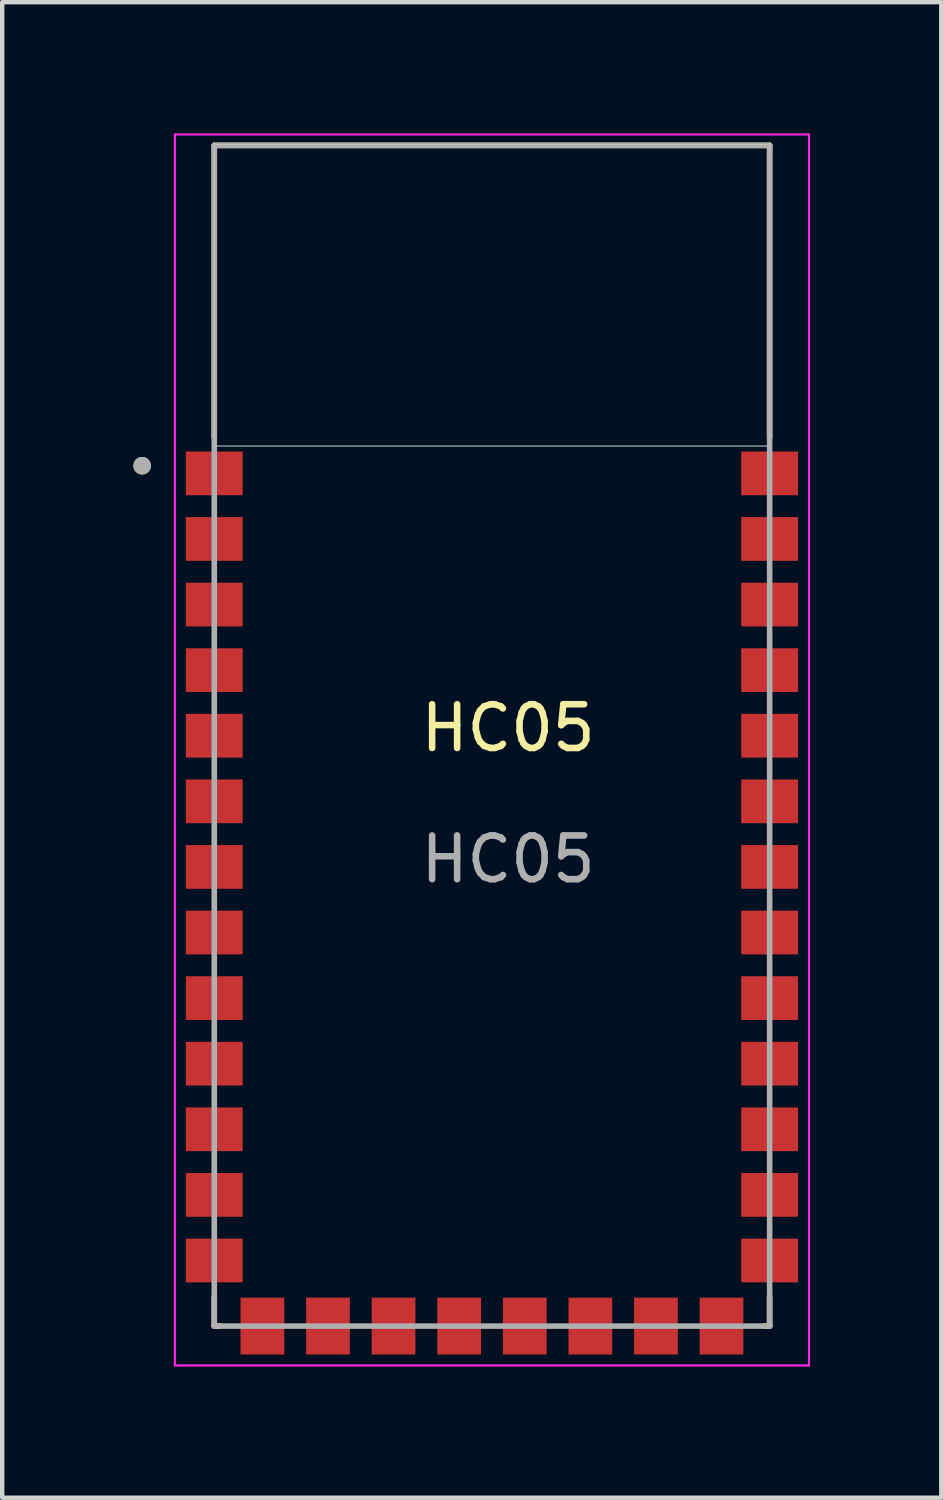
<source format=kicad_pcb>
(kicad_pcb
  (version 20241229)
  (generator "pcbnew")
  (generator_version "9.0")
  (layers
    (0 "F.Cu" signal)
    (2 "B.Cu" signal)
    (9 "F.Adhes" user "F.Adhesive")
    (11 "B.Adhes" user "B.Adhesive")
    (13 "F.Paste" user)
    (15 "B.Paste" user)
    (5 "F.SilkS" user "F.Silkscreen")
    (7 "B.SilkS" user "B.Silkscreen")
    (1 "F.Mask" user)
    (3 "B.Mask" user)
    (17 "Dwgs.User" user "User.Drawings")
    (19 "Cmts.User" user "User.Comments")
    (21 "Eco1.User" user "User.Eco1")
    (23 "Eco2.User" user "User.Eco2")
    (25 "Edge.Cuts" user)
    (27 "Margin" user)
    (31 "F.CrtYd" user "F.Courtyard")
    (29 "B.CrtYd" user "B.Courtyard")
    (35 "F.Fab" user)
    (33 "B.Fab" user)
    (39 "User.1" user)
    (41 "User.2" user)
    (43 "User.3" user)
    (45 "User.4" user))
  (footprint "HC05"
    (layer "F.Cu")
    (at 8.57 14.1)
    (property "Reference" "HC05" (at 0 -0.5 0) (unlocked yes) (layer "F.SilkS") (effects (font (size 1 1) (thickness 0.15))))
    (attr smd)
    (fp_line (start -6.72 -13.825) (end 5.98 -13.825) (stroke (width 0.127) (type solid)) (layer "F.SilkS"))
    (fp_line (start -6.72 -7.145) (end -6.72 -13.825) (stroke (width 0.127) (type solid)) (layer "F.SilkS"))
    (fp_line (start -6.72 12.495) (end -6.72 13.175) (stroke (width 0.127) (type solid)) (layer "F.SilkS"))
    (fp_line (start -6.72 13.175) (end -6.59 13.175) (stroke (width 0.127) (type solid)) (layer "F.SilkS"))
    (fp_line (start 5.85 13.175) (end 5.98 13.175) (stroke (width 0.127) (type solid)) (layer "F.SilkS"))
    (fp_line (start 5.98 -13.825) (end 5.98 -7.145) (stroke (width 0.127) (type solid)) (layer "F.SilkS"))
    (fp_line (start 5.98 13.175) (end 5.98 12.495) (stroke (width 0.127) (type solid)) (layer "F.SilkS"))
    (fp_circle (center -8.37 -6.5) (end -8.27 -6.5) (stroke (width 0.2) (type solid)) (fill no) (layer "F.SilkS"))
    (fp_poly (pts (xy -6.72 -13.85) (xy 5.98 -13.85) (xy 5.98 -6.95) (xy -6.72 -6.95)) (stroke (width 0.01) (type solid)) (fill no) (layer "Dwgs.User"))
    (fp_poly (pts (xy -6.72 -13.85) (xy 5.98 -13.85) (xy 5.98 -6.95) (xy -6.72 -6.95)) (stroke (width 0.01) (type solid)) (fill no) (layer "Dwgs.User"))
    (fp_poly (pts (xy -6.72 -13.85) (xy 5.98 -13.85) (xy 5.98 -6.95) (xy -6.72 -6.95)) (stroke (width 0.01) (type solid)) (fill no) (layer "Dwgs.User"))
    (fp_line (start -7.62 -14.075) (end 6.88 -14.075) (stroke (width 0.05) (type solid)) (layer "F.CrtYd"))
    (fp_line (start -7.62 14.075) (end -7.62 -14.075) (stroke (width 0.05) (type solid)) (layer "F.CrtYd"))
    (fp_line (start 6.88 -14.075) (end 6.88 14.075) (stroke (width 0.05) (type solid)) (layer "F.CrtYd"))
    (fp_line (start 6.88 14.075) (end -7.62 14.075) (stroke (width 0.05) (type solid)) (layer "F.CrtYd"))
    (fp_line (start -6.72 -13.825) (end 5.98 -13.825) (stroke (width 0.127) (type solid)) (layer "F.Fab"))
    (fp_line (start -6.72 13.175) (end -6.72 -13.825) (stroke (width 0.127) (type solid)) (layer "F.Fab"))
    (fp_line (start 5.98 -13.825) (end 5.98 13.175) (stroke (width 0.127) (type solid)) (layer "F.Fab"))
    (fp_line (start 5.98 13.175) (end -6.72 13.175) (stroke (width 0.127) (type solid)) (layer "F.Fab"))
    (fp_circle (center -8.37 -6.5) (end -8.27 -6.5) (stroke (width 0.2) (type solid)) (fill no) (layer "F.Fab"))
    (fp_text user "${REFERENCE}" (at 0 2.5 0) (unlocked yes) (layer "F.Fab") (effects (font (size 1 1) (thickness 0.15))))
    (pad "1" smd rect (at -6.72 -6.325) (size 1.3 1) (layers "F.Cu" "F.Mask" "F.Paste"))
    (pad "2" smd rect (at -6.72 -4.825) (size 1.3 1) (layers "F.Cu" "F.Mask" "F.Paste"))
    (pad "3" smd rect (at -6.72 -3.325) (size 1.3 1) (layers "F.Cu" "F.Mask" "F.Paste"))
    (pad "4" smd rect (at -6.72 -1.825) (size 1.3 1) (layers "F.Cu" "F.Mask" "F.Paste"))
    (pad "5" smd rect (at -6.72 -0.325) (size 1.3 1) (layers "F.Cu" "F.Mask" "F.Paste"))
    (pad "6" smd rect (at -6.72 1.175) (size 1.3 1) (layers "F.Cu" "F.Mask" "F.Paste"))
    (pad "7" smd rect (at -6.72 2.675) (size 1.3 1) (layers "F.Cu" "F.Mask" "F.Paste"))
    (pad "8" smd rect (at -6.72 4.175) (size 1.3 1) (layers "F.Cu" "F.Mask" "F.Paste"))
    (pad "9" smd rect (at -6.72 5.675) (size 1.3 1) (layers "F.Cu" "F.Mask" "F.Paste"))
    (pad "10" smd rect (at -6.72 7.175) (size 1.3 1) (layers "F.Cu" "F.Mask" "F.Paste"))
    (pad "11" smd rect (at -6.72 8.675) (size 1.3 1) (layers "F.Cu" "F.Mask" "F.Paste"))
    (pad "12" smd rect (at -6.72 10.175) (size 1.3 1) (layers "F.Cu" "F.Mask" "F.Paste"))
    (pad "13" smd rect (at -6.72 11.675) (size 1.3 1) (layers "F.Cu" "F.Mask" "F.Paste"))
    (pad "14" smd rect (at -5.62 13.175 90) (size 1.3 1) (layers "F.Cu" "F.Mask" "F.Paste"))
    (pad "15" smd rect (at -4.12 13.175 90) (size 1.3 1) (layers "F.Cu" "F.Mask" "F.Paste"))
    (pad "16" smd rect (at -2.62 13.175 90) (size 1.3 1) (layers "F.Cu" "F.Mask" "F.Paste"))
    (pad "17" smd rect (at -1.12 13.175 90) (size 1.3 1) (layers "F.Cu" "F.Mask" "F.Paste"))
    (pad "18" smd rect (at 0.38 13.175 90) (size 1.3 1) (layers "F.Cu" "F.Mask" "F.Paste"))
    (pad "19" smd rect (at 1.88 13.175 90) (size 1.3 1) (layers "F.Cu" "F.Mask" "F.Paste"))
    (pad "20" smd rect (at 3.38 13.175 90) (size 1.3 1) (layers "F.Cu" "F.Mask" "F.Paste"))
    (pad "21" smd rect (at 4.88 13.175 90) (size 1.3 1) (layers "F.Cu" "F.Mask" "F.Paste"))
    (pad "22" smd rect (at 5.98 11.675 180) (size 1.3 1) (layers "F.Cu" "F.Mask" "F.Paste"))
    (pad "23" smd rect (at 5.98 10.175 180) (size 1.3 1) (layers "F.Cu" "F.Mask" "F.Paste"))
    (pad "24" smd rect (at 5.98 8.675 180) (size 1.3 1) (layers "F.Cu" "F.Mask" "F.Paste"))
    (pad "25" smd rect (at 5.98 7.175 180) (size 1.3 1) (layers "F.Cu" "F.Mask" "F.Paste"))
    (pad "26" smd rect (at 5.98 5.675 180) (size 1.3 1) (layers "F.Cu" "F.Mask" "F.Paste"))
    (pad "27" smd rect (at 5.98 4.175 180) (size 1.3 1) (layers "F.Cu" "F.Mask" "F.Paste"))
    (pad "28" smd rect (at 5.98 2.675 180) (size 1.3 1) (layers "F.Cu" "F.Mask" "F.Paste"))
    (pad "29" smd rect (at 5.98 1.175 180) (size 1.3 1) (layers "F.Cu" "F.Mask" "F.Paste"))
    (pad "30" smd rect (at 5.98 -0.325 180) (size 1.3 1) (layers "F.Cu" "F.Mask" "F.Paste"))
    (pad "31" smd rect (at 5.98 -1.825 180) (size 1.3 1) (layers "F.Cu" "F.Mask" "F.Paste"))
    (pad "32" smd rect (at 5.98 -3.325 180) (size 1.3 1) (layers "F.Cu" "F.Mask" "F.Paste"))
    (pad "33" smd rect (at 5.98 -4.825 180) (size 1.3 1) (layers "F.Cu" "F.Mask" "F.Paste"))
    (pad "34" smd rect (at 5.98 -6.325 180) (size 1.3 1) (layers "F.Cu" "F.Mask" "F.Paste")))
  (gr_rect
    (start -3 -3)
    (end 18.475 31.2)
    (stroke (width 0.1) (type default))
    (fill no)
    (layer "Edge.Cuts")))
</source>
